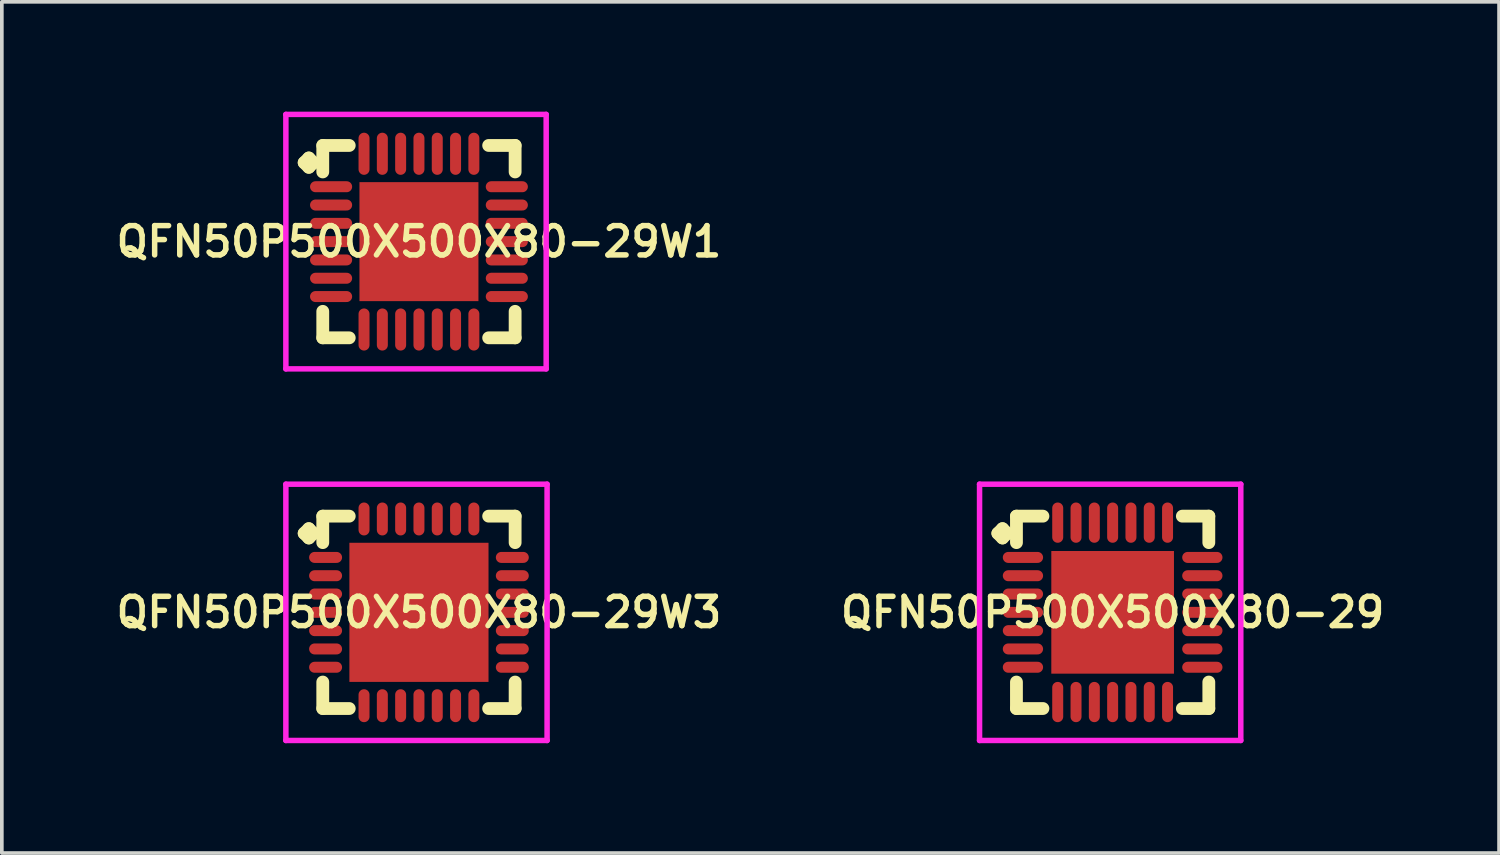
<source format=kicad_pcb>
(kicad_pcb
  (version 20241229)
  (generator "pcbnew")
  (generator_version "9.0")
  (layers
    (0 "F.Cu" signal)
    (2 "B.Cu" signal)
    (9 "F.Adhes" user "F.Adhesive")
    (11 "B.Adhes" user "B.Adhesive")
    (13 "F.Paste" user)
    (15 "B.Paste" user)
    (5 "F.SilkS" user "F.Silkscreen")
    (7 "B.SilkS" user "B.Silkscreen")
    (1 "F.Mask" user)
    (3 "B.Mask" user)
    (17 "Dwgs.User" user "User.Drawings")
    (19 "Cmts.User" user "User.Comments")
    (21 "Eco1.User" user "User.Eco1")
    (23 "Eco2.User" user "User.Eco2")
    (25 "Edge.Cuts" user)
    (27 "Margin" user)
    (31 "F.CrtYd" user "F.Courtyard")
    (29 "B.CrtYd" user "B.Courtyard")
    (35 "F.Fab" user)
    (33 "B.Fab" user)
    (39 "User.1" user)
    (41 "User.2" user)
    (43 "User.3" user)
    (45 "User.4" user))
  (footprint "QFN50P500X500X80-29"
    (layer "F.Cu")
    (at 27.34 13.675)
    (property "Reference" "QFN50P500X500X80-29" (at 0 0 0) (layer "F.SilkS") (effects (font (size 0.8 0.8) (thickness 0.15))))
    (attr smd)
    (fp_line (start -3.135 -2.158) (end -3.008 -2.285) (stroke (width 0.35) (type solid)) (layer "F.SilkS"))
    (fp_line (start -3.008 -2.285) (end -2.881 -2.158) (stroke (width 0.35) (type solid)) (layer "F.SilkS"))
    (fp_line (start -3.008 -2.031) (end -3.135 -2.158) (stroke (width 0.35) (type solid)) (layer "F.SilkS"))
    (fp_line (start -2.881 -2.158) (end -3.008 -2.031) (stroke (width 0.35) (type solid)) (layer "F.SilkS"))
    (fp_line (start -2.627 -2.627) (end -1.904 -2.627) (stroke (width 0.35) (type solid)) (layer "F.SilkS"))
    (fp_line (start -2.627 -1.904) (end -2.627 -2.627) (stroke (width 0.35) (type solid)) (layer "F.SilkS"))
    (fp_line (start -2.627 1.904) (end -2.627 2.627) (stroke (width 0.35) (type solid)) (layer "F.SilkS"))
    (fp_line (start -2.627 2.627) (end -1.904 2.627) (stroke (width 0.35) (type solid)) (layer "F.SilkS"))
    (fp_line (start 1.904 -2.627) (end 2.627 -2.627) (stroke (width 0.35) (type solid)) (layer "F.SilkS"))
    (fp_line (start 1.904 2.627) (end 2.627 2.627) (stroke (width 0.35) (type solid)) (layer "F.SilkS"))
    (fp_line (start 2.627 -2.627) (end 2.627 -1.904) (stroke (width 0.35) (type solid)) (layer "F.SilkS"))
    (fp_line (start 2.627 2.627) (end 2.627 1.904) (stroke (width 0.35) (type solid)) (layer "F.SilkS"))
    (fp_line (start -3.635 -3.5) (end 3.5 -3.5) (stroke (width 0.15) (type solid)) (layer "F.CrtYd"))
    (fp_line (start -3.635 3.5) (end -3.635 -3.5) (stroke (width 0.15) (type solid)) (layer "F.CrtYd"))
    (fp_line (start 3.5 -3.5) (end 3.5 3.5) (stroke (width 0.15) (type solid)) (layer "F.CrtYd"))
    (fp_line (start 3.5 3.5) (end -3.635 3.5) (stroke (width 0.15) (type solid)) (layer "F.CrtYd"))
    (pad "1" smd oval (at -2.45 -1.5) (size 1.1 0.3) (layers "F.Cu" "F.Mask" "F.Paste"))
    (pad "2" smd oval (at -2.45 -1) (size 1.1 0.3) (layers "F.Cu" "F.Mask" "F.Paste"))
    (pad "3" smd oval (at -2.45 -0.5) (size 1.1 0.3) (layers "F.Cu" "F.Mask" "F.Paste"))
    (pad "4" smd oval (at -2.45 0) (size 1.1 0.3) (layers "F.Cu" "F.Mask" "F.Paste"))
    (pad "5" smd oval (at -2.45 0.5) (size 1.1 0.3) (layers "F.Cu" "F.Mask" "F.Paste"))
    (pad "6" smd oval (at -2.45 1) (size 1.1 0.3) (layers "F.Cu" "F.Mask" "F.Paste"))
    (pad "7" smd oval (at -2.45 1.5) (size 1.1 0.3) (layers "F.Cu" "F.Mask" "F.Paste"))
    (pad "8" smd oval (at -1.5 2.45) (size 0.3 1.1) (layers "F.Cu" "F.Mask" "F.Paste"))
    (pad "9" smd oval (at -1 2.45) (size 0.3 1.1) (layers "F.Cu" "F.Mask" "F.Paste"))
    (pad "10" smd oval (at -0.5 2.45) (size 0.3 1.1) (layers "F.Cu" "F.Mask" "F.Paste"))
    (pad "11" smd oval (at 0 2.45) (size 0.3 1.1) (layers "F.Cu" "F.Mask" "F.Paste"))
    (pad "12" smd oval (at 0.5 2.45) (size 0.3 1.1) (layers "F.Cu" "F.Mask" "F.Paste"))
    (pad "13" smd oval (at 1 2.45) (size 0.3 1.1) (layers "F.Cu" "F.Mask" "F.Paste"))
    (pad "14" smd oval (at 1.5 2.45) (size 0.3 1.1) (layers "F.Cu" "F.Mask" "F.Paste"))
    (pad "15" smd oval (at 2.45 1.5) (size 1.1 0.3) (layers "F.Cu" "F.Mask" "F.Paste"))
    (pad "16" smd oval (at 2.45 1) (size 1.1 0.3) (layers "F.Cu" "F.Mask" "F.Paste"))
    (pad "17" smd oval (at 2.45 0.5) (size 1.1 0.3) (layers "F.Cu" "F.Mask" "F.Paste"))
    (pad "18" smd oval (at 2.45 0) (size 1.1 0.3) (layers "F.Cu" "F.Mask" "F.Paste"))
    (pad "19" smd oval (at 2.45 -0.5) (size 1.1 0.3) (layers "F.Cu" "F.Mask" "F.Paste"))
    (pad "20" smd oval (at 2.45 -1) (size 1.1 0.3) (layers "F.Cu" "F.Mask" "F.Paste"))
    (pad "21" smd oval (at 2.45 -1.5) (size 1.1 0.3) (layers "F.Cu" "F.Mask" "F.Paste"))
    (pad "22" smd oval (at 1.5 -2.45) (size 0.3 1.1) (layers "F.Cu" "F.Mask" "F.Paste"))
    (pad "23" smd oval (at 1 -2.45) (size 0.3 1.1) (layers "F.Cu" "F.Mask" "F.Paste"))
    (pad "24" smd oval (at 0.5 -2.45) (size 0.3 1.1) (layers "F.Cu" "F.Mask" "F.Paste"))
    (pad "25" smd oval (at 0 -2.45) (size 0.3 1.1) (layers "F.Cu" "F.Mask" "F.Paste"))
    (pad "26" smd oval (at -0.5 -2.45) (size 0.3 1.1) (layers "F.Cu" "F.Mask" "F.Paste"))
    (pad "27" smd oval (at -1 -2.45) (size 0.3 1.1) (layers "F.Cu" "F.Mask" "F.Paste"))
    (pad "28" smd oval (at -1.5 -2.45) (size 0.3 1.1) (layers "F.Cu" "F.Mask" "F.Paste"))
    (pad "29" smd rect (at 0 0) (size 3.35 3.35) (layers "F.Cu" "F.Mask" "F.Paste")))
  (footprint "QFN50P500X500X80-29W1"
    (layer "F.Cu")
    (at 8.393 3.55)
    (property "Reference" "QFN50P500X500X80-29W1" (at 0 0 0) (layer "F.SilkS") (effects (font (size 0.8 0.8) (thickness 0.15))))
    (attr smd)
    (fp_line (start -3.135 -2.158) (end -3.008 -2.285) (stroke (width 0.35) (type solid)) (layer "F.SilkS"))
    (fp_line (start -3.008 -2.285) (end -2.881 -2.158) (stroke (width 0.35) (type solid)) (layer "F.SilkS"))
    (fp_line (start -3.008 -2.031) (end -3.135 -2.158) (stroke (width 0.35) (type solid)) (layer "F.SilkS"))
    (fp_line (start -2.881 -2.158) (end -3.008 -2.031) (stroke (width 0.35) (type solid)) (layer "F.SilkS"))
    (fp_line (start -2.627 -2.627) (end -1.904 -2.627) (stroke (width 0.35) (type solid)) (layer "F.SilkS"))
    (fp_line (start -2.627 -1.904) (end -2.627 -2.627) (stroke (width 0.35) (type solid)) (layer "F.SilkS"))
    (fp_line (start -2.627 1.904) (end -2.627 2.627) (stroke (width 0.35) (type solid)) (layer "F.SilkS"))
    (fp_line (start -2.627 2.627) (end -1.904 2.627) (stroke (width 0.35) (type solid)) (layer "F.SilkS"))
    (fp_line (start 1.904 -2.627) (end 2.627 -2.627) (stroke (width 0.35) (type solid)) (layer "F.SilkS"))
    (fp_line (start 1.904 2.627) (end 2.627 2.627) (stroke (width 0.35) (type solid)) (layer "F.SilkS"))
    (fp_line (start 2.627 -2.627) (end 2.627 -1.904) (stroke (width 0.35) (type solid)) (layer "F.SilkS"))
    (fp_line (start 2.627 2.627) (end 2.627 1.904) (stroke (width 0.35) (type solid)) (layer "F.SilkS"))
    (fp_line (start -3.635 -3.475) (end 3.475 -3.475) (stroke (width 0.15) (type solid)) (layer "F.CrtYd"))
    (fp_line (start -3.635 3.475) (end -3.635 -3.475) (stroke (width 0.15) (type solid)) (layer "F.CrtYd"))
    (fp_line (start 3.475 -3.475) (end 3.475 3.475) (stroke (width 0.15) (type solid)) (layer "F.CrtYd"))
    (fp_line (start 3.475 3.475) (end -3.635 3.475) (stroke (width 0.15) (type solid)) (layer "F.CrtYd"))
    (pad "1" smd oval (at -2.4 -1.5) (size 1.15 0.3) (layers "F.Cu" "F.Mask" "F.Paste"))
    (pad "2" smd oval (at -2.4 -1) (size 1.15 0.3) (layers "F.Cu" "F.Mask" "F.Paste"))
    (pad "3" smd oval (at -2.4 -0.5) (size 1.15 0.3) (layers "F.Cu" "F.Mask" "F.Paste"))
    (pad "4" smd oval (at -2.4 0) (size 1.15 0.3) (layers "F.Cu" "F.Mask" "F.Paste"))
    (pad "5" smd oval (at -2.4 0.5) (size 1.15 0.3) (layers "F.Cu" "F.Mask" "F.Paste"))
    (pad "6" smd oval (at -2.4 1) (size 1.15 0.3) (layers "F.Cu" "F.Mask" "F.Paste"))
    (pad "7" smd oval (at -2.4 1.5) (size 1.15 0.3) (layers "F.Cu" "F.Mask" "F.Paste"))
    (pad "8" smd oval (at -1.5 2.4) (size 0.3 1.15) (layers "F.Cu" "F.Mask" "F.Paste"))
    (pad "9" smd oval (at -1 2.4) (size 0.3 1.15) (layers "F.Cu" "F.Mask" "F.Paste"))
    (pad "10" smd oval (at -0.5 2.4) (size 0.3 1.15) (layers "F.Cu" "F.Mask" "F.Paste"))
    (pad "11" smd oval (at 0 2.4) (size 0.3 1.15) (layers "F.Cu" "F.Mask" "F.Paste"))
    (pad "12" smd oval (at 0.5 2.4) (size 0.3 1.15) (layers "F.Cu" "F.Mask" "F.Paste"))
    (pad "13" smd oval (at 1 2.4) (size 0.3 1.15) (layers "F.Cu" "F.Mask" "F.Paste"))
    (pad "14" smd oval (at 1.5 2.4) (size 0.3 1.15) (layers "F.Cu" "F.Mask" "F.Paste"))
    (pad "15" smd oval (at 2.4 1.5) (size 1.15 0.3) (layers "F.Cu" "F.Mask" "F.Paste"))
    (pad "16" smd oval (at 2.4 1) (size 1.15 0.3) (layers "F.Cu" "F.Mask" "F.Paste"))
    (pad "17" smd oval (at 2.4 0.5) (size 1.15 0.3) (layers "F.Cu" "F.Mask" "F.Paste"))
    (pad "18" smd oval (at 2.4 0) (size 1.15 0.3) (layers "F.Cu" "F.Mask" "F.Paste"))
    (pad "19" smd oval (at 2.4 -0.5) (size 1.15 0.3) (layers "F.Cu" "F.Mask" "F.Paste"))
    (pad "20" smd oval (at 2.4 -1) (size 1.15 0.3) (layers "F.Cu" "F.Mask" "F.Paste"))
    (pad "21" smd oval (at 2.4 -1.5) (size 1.15 0.3) (layers "F.Cu" "F.Mask" "F.Paste"))
    (pad "22" smd oval (at 1.5 -2.4) (size 0.3 1.15) (layers "F.Cu" "F.Mask" "F.Paste"))
    (pad "23" smd oval (at 1 -2.4) (size 0.3 1.15) (layers "F.Cu" "F.Mask" "F.Paste"))
    (pad "24" smd oval (at 0.5 -2.4) (size 0.3 1.15) (layers "F.Cu" "F.Mask" "F.Paste"))
    (pad "25" smd oval (at 0 -2.4) (size 0.3 1.15) (layers "F.Cu" "F.Mask" "F.Paste"))
    (pad "26" smd oval (at -0.5 -2.4) (size 0.3 1.15) (layers "F.Cu" "F.Mask" "F.Paste"))
    (pad "27" smd oval (at -1 -2.4) (size 0.3 1.15) (layers "F.Cu" "F.Mask" "F.Paste"))
    (pad "28" smd oval (at -1.5 -2.4) (size 0.3 1.15) (layers "F.Cu" "F.Mask" "F.Paste"))
    (pad "29" smd rect (at 0 0) (size 3.25 3.25) (layers "F.Cu" "F.Mask" "F.Paste")))
  (footprint "QFN50P500X500X80-29W3"
    (layer "F.Cu")
    (at 8.393 13.675)
    (property "Reference" "QFN50P500X500X80-29W3" (at 0 0 0) (layer "F.SilkS") (effects (font (size 0.8 0.8) (thickness 0.15))))
    (attr smd)
    (fp_line (start -3.135 -2.158) (end -3.008 -2.285) (stroke (width 0.35) (type solid)) (layer "F.SilkS"))
    (fp_line (start -3.008 -2.285) (end -2.881 -2.158) (stroke (width 0.35) (type solid)) (layer "F.SilkS"))
    (fp_line (start -3.008 -2.031) (end -3.135 -2.158) (stroke (width 0.35) (type solid)) (layer "F.SilkS"))
    (fp_line (start -2.881 -2.158) (end -3.008 -2.031) (stroke (width 0.35) (type solid)) (layer "F.SilkS"))
    (fp_line (start -2.627 -2.627) (end -1.904 -2.627) (stroke (width 0.35) (type solid)) (layer "F.SilkS"))
    (fp_line (start -2.627 -1.904) (end -2.627 -2.627) (stroke (width 0.35) (type solid)) (layer "F.SilkS"))
    (fp_line (start -2.627 1.904) (end -2.627 2.627) (stroke (width 0.35) (type solid)) (layer "F.SilkS"))
    (fp_line (start -2.627 2.627) (end -1.904 2.627) (stroke (width 0.35) (type solid)) (layer "F.SilkS"))
    (fp_line (start 1.904 -2.627) (end 2.627 -2.627) (stroke (width 0.35) (type solid)) (layer "F.SilkS"))
    (fp_line (start 1.904 2.627) (end 2.627 2.627) (stroke (width 0.35) (type solid)) (layer "F.SilkS"))
    (fp_line (start 2.627 -2.627) (end 2.627 -1.904) (stroke (width 0.35) (type solid)) (layer "F.SilkS"))
    (fp_line (start 2.627 2.627) (end 2.627 1.904) (stroke (width 0.35) (type solid)) (layer "F.SilkS"))
    (fp_line (start -3.635 -3.5) (end 3.5 -3.5) (stroke (width 0.15) (type solid)) (layer "F.CrtYd"))
    (fp_line (start -3.635 3.5) (end -3.635 -3.5) (stroke (width 0.15) (type solid)) (layer "F.CrtYd"))
    (fp_line (start 3.5 -3.5) (end 3.5 3.5) (stroke (width 0.15) (type solid)) (layer "F.CrtYd"))
    (fp_line (start 3.5 3.5) (end -3.635 3.5) (stroke (width 0.15) (type solid)) (layer "F.CrtYd"))
    (pad "1" smd oval (at -2.55 -1.5) (size 0.9 0.3) (layers "F.Cu" "F.Mask" "F.Paste"))
    (pad "2" smd oval (at -2.55 -1) (size 0.9 0.3) (layers "F.Cu" "F.Mask" "F.Paste"))
    (pad "3" smd oval (at -2.55 -0.5) (size 0.9 0.3) (layers "F.Cu" "F.Mask" "F.Paste"))
    (pad "4" smd oval (at -2.55 0) (size 0.9 0.3) (layers "F.Cu" "F.Mask" "F.Paste"))
    (pad "5" smd oval (at -2.55 0.5) (size 0.9 0.3) (layers "F.Cu" "F.Mask" "F.Paste"))
    (pad "6" smd oval (at -2.55 1) (size 0.9 0.3) (layers "F.Cu" "F.Mask" "F.Paste"))
    (pad "7" smd oval (at -2.55 1.5) (size 0.9 0.3) (layers "F.Cu" "F.Mask" "F.Paste"))
    (pad "8" smd oval (at -1.5 2.55) (size 0.3 0.9) (layers "F.Cu" "F.Mask" "F.Paste"))
    (pad "9" smd oval (at -1 2.55) (size 0.3 0.9) (layers "F.Cu" "F.Mask" "F.Paste"))
    (pad "10" smd oval (at -0.5 2.55) (size 0.3 0.9) (layers "F.Cu" "F.Mask" "F.Paste"))
    (pad "11" smd oval (at 0 2.55) (size 0.3 0.9) (layers "F.Cu" "F.Mask" "F.Paste"))
    (pad "12" smd oval (at 0.5 2.55) (size 0.3 0.9) (layers "F.Cu" "F.Mask" "F.Paste"))
    (pad "13" smd oval (at 1 2.55) (size 0.3 0.9) (layers "F.Cu" "F.Mask" "F.Paste"))
    (pad "14" smd oval (at 1.5 2.55) (size 0.3 0.9) (layers "F.Cu" "F.Mask" "F.Paste"))
    (pad "15" smd oval (at 2.55 1.5) (size 0.9 0.3) (layers "F.Cu" "F.Mask" "F.Paste"))
    (pad "16" smd oval (at 2.55 1) (size 0.9 0.3) (layers "F.Cu" "F.Mask" "F.Paste"))
    (pad "17" smd oval (at 2.55 0.5) (size 0.9 0.3) (layers "F.Cu" "F.Mask" "F.Paste"))
    (pad "18" smd oval (at 2.55 0) (size 0.9 0.3) (layers "F.Cu" "F.Mask" "F.Paste"))
    (pad "19" smd oval (at 2.55 -0.5) (size 0.9 0.3) (layers "F.Cu" "F.Mask" "F.Paste"))
    (pad "20" smd oval (at 2.55 -1) (size 0.9 0.3) (layers "F.Cu" "F.Mask" "F.Paste"))
    (pad "21" smd oval (at 2.55 -1.5) (size 0.9 0.3) (layers "F.Cu" "F.Mask" "F.Paste"))
    (pad "22" smd oval (at 1.5 -2.55) (size 0.3 0.9) (layers "F.Cu" "F.Mask" "F.Paste"))
    (pad "23" smd oval (at 1 -2.55) (size 0.3 0.9) (layers "F.Cu" "F.Mask" "F.Paste"))
    (pad "24" smd oval (at 0.5 -2.55) (size 0.3 0.9) (layers "F.Cu" "F.Mask" "F.Paste"))
    (pad "25" smd oval (at 0 -2.55) (size 0.3 0.9) (layers "F.Cu" "F.Mask" "F.Paste"))
    (pad "26" smd oval (at -0.5 -2.55) (size 0.3 0.9) (layers "F.Cu" "F.Mask" "F.Paste"))
    (pad "27" smd oval (at -1 -2.55) (size 0.3 0.9) (layers "F.Cu" "F.Mask" "F.Paste"))
    (pad "28" smd oval (at -1.5 -2.55) (size 0.3 0.9) (layers "F.Cu" "F.Mask" "F.Paste"))
    (pad "29" smd rect (at 0 0) (size 3.8 3.8) (layers "F.Cu" "F.Mask" "F.Paste")))
  (gr_rect
    (start -3 -3)
    (end 37.894 20.25)
    (stroke (width 0.1) (type default))
    (fill no)
    (layer "Edge.Cuts")))
</source>
